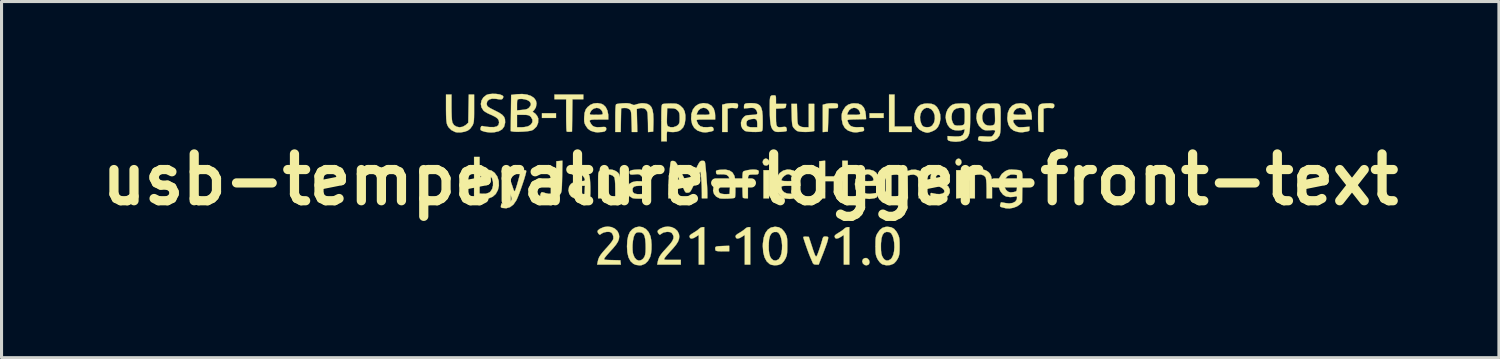
<source format=kicad_pcb>
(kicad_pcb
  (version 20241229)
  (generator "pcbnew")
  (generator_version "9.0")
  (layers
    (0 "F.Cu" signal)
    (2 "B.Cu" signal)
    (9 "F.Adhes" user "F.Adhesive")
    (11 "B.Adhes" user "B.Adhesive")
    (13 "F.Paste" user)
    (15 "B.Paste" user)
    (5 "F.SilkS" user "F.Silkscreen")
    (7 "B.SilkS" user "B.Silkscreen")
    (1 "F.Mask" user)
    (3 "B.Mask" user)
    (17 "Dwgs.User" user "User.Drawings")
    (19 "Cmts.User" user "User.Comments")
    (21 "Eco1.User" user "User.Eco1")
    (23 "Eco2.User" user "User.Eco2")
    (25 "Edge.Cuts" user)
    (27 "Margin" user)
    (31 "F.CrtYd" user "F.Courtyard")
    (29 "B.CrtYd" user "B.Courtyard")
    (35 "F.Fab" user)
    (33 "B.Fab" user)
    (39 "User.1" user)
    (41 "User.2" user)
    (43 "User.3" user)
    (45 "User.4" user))
  (footprint "usb-temperature-logger-front-text"
    (layer "F.Cu")
    (at 21.38 2.797)
    (property "Reference" "usb-temperature-logger-front-text" (at 0 0 0) (layer "F.SilkS") (effects (font (size 1.524 1.524) (thickness 0.3))))
    (attr through_hole)
    (fp_poly (pts (xy -6.325 -2.007) (xy -6.782 -2.007) (xy -6.782 -2.159) (xy -6.325 -2.159) (xy -6.325 -2.007)) (stroke (width 0.01) (type solid)) (fill yes) (layer "F.SilkS"))
    (fp_poly (pts (xy 0.61 0.61) (xy 0.432 0.61) (xy 0.432 -0.305) (xy 0.61 -0.305) (xy 0.61 0.61)) (stroke (width 0.01) (type solid)) (fill yes) (layer "F.SilkS"))
    (fp_poly (pts (xy 4.343 -2.007) (xy 3.886 -2.007) (xy 3.886 -2.159) (xy 4.343 -2.159) (xy 4.343 -2.007)) (stroke (width 0.01) (type solid)) (fill yes) (layer "F.SilkS"))
    (fp_poly (pts (xy 6.871 0.597) (xy 6.706 0.613) (xy 6.706 -0.305) (xy 6.885 -0.305) (xy 6.871 0.597)) (stroke (width 0.01) (type solid)) (fill yes) (layer "F.SilkS"))
    (fp_poly (pts (xy 4.699 -1.727) (xy 5.258 -1.727) (xy 5.258 -1.549) (xy 4.521 -1.549) (xy 4.521 -2.769) (xy 4.699 -2.769) (xy 4.699 -1.727)) (stroke (width 0.01) (type solid)) (fill yes) (layer "F.SilkS"))
    (fp_poly (pts (xy 6.826 -0.67) (xy 6.869 -0.621) (xy 6.879 -0.558) (xy 6.859 -0.5) (xy 6.813 -0.463) (xy 6.782 -0.457) (xy 6.728 -0.476) (xy 6.707 -0.494) (xy 6.683 -0.552) (xy 6.692 -0.612) (xy 6.726 -0.66) (xy 6.775 -0.683) (xy 6.826 -0.67)) (stroke (width 0.01) (type solid)) (fill yes) (layer "F.SilkS"))
    (fp_poly (pts (xy 0.557 -0.668) (xy 0.597 -0.635) (xy 0.625 -0.576) (xy 0.615 -0.519) (xy 0.576 -0.475) (xy 0.522 -0.455) (xy 0.462 -0.468) (xy 0.437 -0.488) (xy 0.407 -0.546) (xy 0.413 -0.61) (xy 0.449 -0.663) (xy 0.506 -0.686) (xy 0.509 -0.686) (xy 0.557 -0.668)) (stroke (width 0.01) (type solid)) (fill yes) (layer "F.SilkS"))
    (fp_poly (pts (xy 2.438 -0.102) (xy 2.997 -0.102) (xy 2.997 -0.61) (xy 3.175 -0.61) (xy 3.175 0.61) (xy 2.997 0.61) (xy 2.997 0.051) (xy 2.438 0.051) (xy 2.438 0.61) (xy 2.234 0.61) (xy 2.248 -0.597) (xy 2.343 -0.605) (xy 2.438 -0.613) (xy 2.438 -0.102)) (stroke (width 0.01) (type solid)) (fill yes) (layer "F.SilkS"))
    (fp_poly (pts (xy 3.831 2.58) (xy 3.871 2.631) (xy 3.885 2.693) (xy 3.865 2.753) (xy 3.856 2.764) (xy 3.796 2.792) (xy 3.727 2.782) (xy 3.672 2.736) (xy 3.67 2.734) (xy 3.645 2.661) (xy 3.669 2.597) (xy 3.713 2.563) (xy 3.775 2.553) (xy 3.831 2.58)) (stroke (width 0.01) (type solid)) (fill yes) (layer "F.SilkS"))
    (fp_poly (pts (xy -0.686 2.337) (xy -0.902 2.337) (xy -1.016 2.335) (xy -1.086 2.327) (xy -1.124 2.313) (xy -1.133 2.3) (xy -1.141 2.244) (xy -1.139 2.218) (xy -1.128 2.195) (xy -1.099 2.18) (xy -1.042 2.171) (xy -0.948 2.166) (xy -0.908 2.164) (xy -0.686 2.157) (xy -0.686 2.337)) (stroke (width 0.01) (type solid)) (fill yes) (layer "F.SilkS"))
    (fp_poly (pts (xy -5.436 -2.616) (xy -5.79 -2.616) (xy -5.804 -1.562) (xy -5.881 -1.555) (xy -5.941 -1.555) (xy -5.976 -1.565) (xy -5.982 -1.595) (xy -5.987 -1.668) (xy -5.99 -1.775) (xy -5.993 -1.91) (xy -5.994 -2.064) (xy -5.994 -2.1) (xy -5.994 -2.616) (xy -6.375 -2.616) (xy -6.375 -2.769) (xy -5.436 -2.769) (xy -5.436 -2.616)) (stroke (width 0.01) (type solid)) (fill yes) (layer "F.SilkS"))
    (fp_poly (pts (xy -1.499 2.769) (xy -1.676 2.769) (xy -1.676 1.8) (xy -1.746 1.849) (xy -1.837 1.902) (xy -1.909 1.922) (xy -1.955 1.907) (xy -1.959 1.901) (xy -1.978 1.857) (xy -1.966 1.818) (xy -1.919 1.776) (xy -1.848 1.733) (xy -1.766 1.682) (xy -1.697 1.632) (xy -1.666 1.603) (xy -1.61 1.563) (xy -1.558 1.549) (xy -1.499 1.549) (xy -1.499 2.769)) (stroke (width 0.01) (type solid)) (fill yes) (layer "F.SilkS"))
    (fp_poly (pts (xy 0 2.769) (xy -0.178 2.769) (xy -0.178 1.8) (xy -0.248 1.849) (xy -0.339 1.902) (xy -0.411 1.922) (xy -0.456 1.907) (xy -0.46 1.901) (xy -0.479 1.857) (xy -0.468 1.818) (xy -0.42 1.776) (xy -0.349 1.733) (xy -0.268 1.682) (xy -0.199 1.632) (xy -0.168 1.603) (xy -0.111 1.563) (xy -0.06 1.549) (xy 0 1.549) (xy 0 2.769)) (stroke (width 0.01) (type solid)) (fill yes) (layer "F.SilkS"))
    (fp_poly (pts (xy 2.712 -2.484) (xy 2.794 -2.478) (xy 2.837 -2.468) (xy 2.854 -2.446) (xy 2.857 -2.404) (xy 2.857 -2.401) (xy 2.855 -2.359) (xy 2.841 -2.336) (xy 2.803 -2.327) (xy 2.729 -2.325) (xy 2.705 -2.325) (xy 2.553 -2.324) (xy 2.527 -1.562) (xy 2.362 -1.546) (xy 2.362 -2.436) (xy 2.465 -2.464) (xy 2.551 -2.479) (xy 2.657 -2.485) (xy 2.712 -2.484)) (stroke (width 0.01) (type solid)) (fill yes) (layer "F.SilkS"))
    (fp_poly (pts (xy 3.226 2.769) (xy 3.048 2.769) (xy 3.048 1.8) (xy 2.978 1.849) (xy 2.887 1.902) (xy 2.815 1.922) (xy 2.77 1.907) (xy 2.766 1.901) (xy 2.747 1.857) (xy 2.758 1.818) (xy 2.806 1.776) (xy 2.877 1.733) (xy 2.958 1.682) (xy 3.027 1.632) (xy 3.058 1.603) (xy 3.115 1.563) (xy 3.166 1.549) (xy 3.226 1.549) (xy 3.226 2.769)) (stroke (width 0.01) (type solid)) (fill yes) (layer "F.SilkS"))
    (fp_poly (pts (xy -0.462 -2.482) (xy -0.415 -2.47) (xy -0.397 -2.433) (xy -0.399 -2.381) (xy -0.412 -2.337) (xy -0.438 -2.321) (xy -0.495 -2.325) (xy -0.51 -2.327) (xy -0.592 -2.334) (xy -0.665 -2.328) (xy -0.672 -2.327) (xy -0.737 -2.31) (xy -0.737 -1.549) (xy -0.914 -1.549) (xy -0.914 -2.436) (xy -0.819 -2.462) (xy -0.739 -2.478) (xy -0.641 -2.486) (xy -0.543 -2.488) (xy -0.462 -2.482)) (stroke (width 0.01) (type solid)) (fill yes) (layer "F.SilkS"))
    (fp_poly (pts (xy 9.858 -2.473) (xy 9.895 -2.446) (xy 9.901 -2.401) (xy 9.897 -2.38) (xy 9.881 -2.339) (xy 9.851 -2.325) (xy 9.79 -2.328) (xy 9.781 -2.33) (xy 9.697 -2.334) (xy 9.624 -2.329) (xy 9.615 -2.327) (xy 9.55 -2.31) (xy 9.55 -1.549) (xy 9.478 -1.549) (xy 9.42 -1.555) (xy 9.39 -1.566) (xy 9.384 -1.596) (xy 9.379 -1.668) (xy 9.375 -1.773) (xy 9.373 -1.902) (xy 9.373 -1.997) (xy 9.373 -2.162) (xy 9.376 -2.283) (xy 9.387 -2.367) (xy 9.41 -2.422) (xy 9.449 -2.454) (xy 9.508 -2.47) (xy 9.591 -2.478) (xy 9.665 -2.482) (xy 9.783 -2.484) (xy 9.858 -2.473)) (stroke (width 0.01) (type solid)) (fill yes) (layer "F.SilkS"))
    (fp_poly (pts (xy 1.52 -2.464) (xy 1.528 -2.131) (xy 1.532 -1.995) (xy 1.537 -1.9) (xy 1.545 -1.837) (xy 1.557 -1.797) (xy 1.575 -1.77) (xy 1.597 -1.75) (xy 1.679 -1.712) (xy 1.781 -1.702) (xy 1.905 -1.702) (xy 1.905 -2.464) (xy 2.083 -2.464) (xy 2.083 -1.581) (xy 2.003 -1.565) (xy 1.91 -1.554) (xy 1.799 -1.55) (xy 1.687 -1.554) (xy 1.591 -1.564) (xy 1.528 -1.581) (xy 1.526 -1.582) (xy 1.468 -1.625) (xy 1.413 -1.684) (xy 1.412 -1.685) (xy 1.39 -1.719) (xy 1.375 -1.761) (xy 1.364 -1.82) (xy 1.357 -1.905) (xy 1.352 -2.026) (xy 1.35 -2.11) (xy 1.341 -2.464) (xy 1.431 -2.464) (xy 1.52 -2.464)) (stroke (width 0.01) (type solid)) (fill yes) (layer "F.SilkS"))
    (fp_poly (pts (xy -6.125 -0.105) (xy -6.129 0.07) (xy -6.133 0.201) (xy -6.138 0.297) (xy -6.145 0.365) (xy -6.155 0.412) (xy -6.168 0.445) (xy -6.186 0.474) (xy -6.187 0.474) (xy -6.28 0.561) (xy -6.404 0.615) (xy -6.546 0.634) (xy -6.696 0.614) (xy -6.714 0.609) (xy -6.798 0.576) (xy -6.836 0.536) (xy -6.834 0.484) (xy -6.827 0.468) (xy -6.807 0.428) (xy -6.786 0.411) (xy -6.748 0.416) (xy -6.678 0.438) (xy -6.668 0.442) (xy -6.562 0.464) (xy -6.463 0.459) (xy -6.389 0.43) (xy -6.37 0.413) (xy -6.356 0.377) (xy -6.345 0.303) (xy -6.336 0.187) (xy -6.329 0.025) (xy -6.325 -0.112) (xy -6.312 -0.597) (xy -6.117 -0.613) (xy -6.125 -0.105)) (stroke (width 0.01) (type solid)) (fill yes) (layer "F.SilkS"))
    (fp_poly (pts (xy 7.6 -0.32) (xy 7.659 -0.303) (xy 7.694 -0.286) (xy 7.761 -0.241) (xy 7.809 -0.187) (xy 7.842 -0.115) (xy 7.862 -0.017) (xy 7.872 0.116) (xy 7.874 0.273) (xy 7.874 0.61) (xy 7.696 0.61) (xy 7.696 0.298) (xy 7.693 0.143) (xy 7.684 0.023) (xy 7.671 -0.055) (xy 7.664 -0.074) (xy 7.608 -0.132) (xy 7.52 -0.163) (xy 7.414 -0.165) (xy 7.398 -0.162) (xy 7.315 -0.147) (xy 7.315 0.61) (xy 7.137 0.61) (xy 7.137 0.168) (xy 7.137 0.003) (xy 7.138 -0.118) (xy 7.146 -0.203) (xy 7.163 -0.258) (xy 7.194 -0.29) (xy 7.242 -0.306) (xy 7.313 -0.314) (xy 7.409 -0.32) (xy 7.416 -0.321) (xy 7.525 -0.326) (xy 7.6 -0.32)) (stroke (width 0.01) (type solid)) (fill yes) (layer "F.SilkS"))
    (fp_poly (pts (xy -4.494 -0.32) (xy -4.426 -0.299) (xy -4.413 -0.293) (xy -4.347 -0.257) (xy -4.299 -0.216) (xy -4.265 -0.162) (xy -4.243 -0.085) (xy -4.23 0.022) (xy -4.223 0.168) (xy -4.22 0.248) (xy -4.212 0.61) (xy -4.394 0.61) (xy -4.395 0.298) (xy -4.398 0.143) (xy -4.406 0.023) (xy -4.419 -0.055) (xy -4.426 -0.074) (xy -4.482 -0.132) (xy -4.57 -0.163) (xy -4.677 -0.165) (xy -4.693 -0.162) (xy -4.775 -0.147) (xy -4.775 0.61) (xy -4.953 0.61) (xy -4.953 0.168) (xy -4.953 0.003) (xy -4.952 -0.118) (xy -4.945 -0.202) (xy -4.929 -0.257) (xy -4.899 -0.289) (xy -4.852 -0.306) (xy -4.784 -0.314) (xy -4.692 -0.321) (xy -4.687 -0.321) (xy -4.575 -0.327) (xy -4.494 -0.32)) (stroke (width 0.01) (type solid)) (fill yes) (layer "F.SilkS"))
    (fp_poly (pts (xy 0.192 -0.319) (xy 0.252 -0.303) (xy 0.275 -0.277) (xy 0.275 -0.234) (xy 0.265 -0.191) (xy 0.239 -0.171) (xy 0.182 -0.164) (xy 0.152 -0.164) (xy 0.065 -0.164) (xy 0.003 -0.161) (xy -0.038 -0.148) (xy -0.062 -0.118) (xy -0.073 -0.063) (xy -0.077 0.025) (xy -0.076 0.152) (xy -0.076 0.229) (xy -0.076 0.61) (xy -0.148 0.61) (xy -0.206 0.604) (xy -0.237 0.593) (xy -0.243 0.563) (xy -0.248 0.491) (xy -0.251 0.386) (xy -0.254 0.257) (xy -0.254 0.16) (xy -0.254 0.006) (xy -0.253 -0.104) (xy -0.249 -0.18) (xy -0.242 -0.227) (xy -0.232 -0.254) (xy -0.216 -0.269) (xy -0.195 -0.278) (xy -0.089 -0.306) (xy 0.033 -0.323) (xy 0.148 -0.324) (xy 0.192 -0.319)) (stroke (width 0.01) (type solid)) (fill yes) (layer "F.SilkS"))
    (fp_poly (pts (xy -8.814 -0.286) (xy -8.703 -0.312) (xy -8.554 -0.325) (xy -8.426 -0.293) (xy -8.324 -0.219) (xy -8.237 -0.099) (xy -8.19 0.045) (xy -8.185 0.201) (xy -8.216 0.338) (xy -8.286 0.467) (xy -8.389 0.56) (xy -8.524 0.615) (xy -8.688 0.631) (xy -8.877 0.607) (xy -8.884 0.605) (xy -8.992 0.581) (xy -8.992 0.179) (xy -8.814 0.179) (xy -8.814 0.454) (xy -8.744 0.463) (xy -8.613 0.463) (xy -8.505 0.426) (xy -8.463 0.395) (xy -8.405 0.307) (xy -8.376 0.195) (xy -8.376 0.075) (xy -8.406 -0.035) (xy -8.457 -0.112) (xy -8.516 -0.15) (xy -8.6 -0.163) (xy -8.623 -0.163) (xy -8.7 -0.158) (xy -8.753 -0.142) (xy -8.787 -0.106) (xy -8.805 -0.043) (xy -8.812 0.056) (xy -8.814 0.179) (xy -8.992 0.179) (xy -8.992 -0.737) (xy -8.814 -0.737) (xy -8.814 -0.286)) (stroke (width 0.01) (type solid)) (fill yes) (layer "F.SilkS"))
    (fp_poly (pts (xy -8.992 -2.769) (xy -8.992 -2.315) (xy -8.992 -2.151) (xy -8.994 -2.029) (xy -8.998 -1.94) (xy -9.005 -1.876) (xy -9.017 -1.827) (xy -9.033 -1.785) (xy -9.05 -1.752) (xy -9.121 -1.655) (xy -9.199 -1.595) (xy -9.301 -1.558) (xy -9.422 -1.537) (xy -9.537 -1.535) (xy -9.607 -1.548) (xy -9.732 -1.611) (xy -9.827 -1.707) (xy -9.865 -1.778) (xy -9.881 -1.83) (xy -9.892 -1.897) (xy -9.9 -1.989) (xy -9.904 -2.113) (xy -9.906 -2.277) (xy -9.906 -2.325) (xy -9.906 -2.769) (xy -9.728 -2.769) (xy -9.728 -2.353) (xy -9.726 -2.197) (xy -9.722 -2.059) (xy -9.714 -1.948) (xy -9.704 -1.874) (xy -9.7 -1.857) (xy -9.647 -1.774) (xy -9.565 -1.722) (xy -9.466 -1.702) (xy -9.363 -1.719) (xy -9.268 -1.773) (xy -9.265 -1.776) (xy -9.182 -1.85) (xy -9.174 -2.309) (xy -9.165 -2.769) (xy -9.078 -2.769) (xy -8.992 -2.769)) (stroke (width 0.01) (type solid)) (fill yes) (layer "F.SilkS"))
    (fp_poly (pts (xy 2.517 1.863) (xy 2.54 1.886) (xy 2.54 1.886) (xy 2.53 1.953) (xy 2.499 2.061) (xy 2.446 2.211) (xy 2.373 2.405) (xy 2.357 2.445) (xy 2.228 2.769) (xy 2.142 2.769) (xy 2.075 2.759) (xy 2.04 2.724) (xy 2.034 2.711) (xy 2.011 2.655) (xy 1.977 2.576) (xy 1.955 2.527) (xy 1.926 2.456) (xy 1.889 2.36) (xy 1.849 2.248) (xy 1.809 2.134) (xy 1.773 2.028) (xy 1.745 1.942) (xy 1.729 1.886) (xy 1.727 1.873) (xy 1.749 1.861) (xy 1.804 1.858) (xy 1.818 1.859) (xy 1.908 1.867) (xy 2.004 2.16) (xy 2.053 2.311) (xy 2.091 2.417) (xy 2.119 2.481) (xy 2.142 2.505) (xy 2.163 2.492) (xy 2.187 2.445) (xy 2.216 2.367) (xy 2.228 2.334) (xy 2.268 2.217) (xy 2.306 2.1) (xy 2.334 2.004) (xy 2.338 1.988) (xy 2.36 1.911) (xy 2.381 1.871) (xy 2.413 1.856) (xy 2.456 1.854) (xy 2.517 1.863)) (stroke (width 0.01) (type solid)) (fill yes) (layer "F.SilkS"))
    (fp_poly (pts (xy 0.812 -2.739) (xy 0.83 -2.719) (xy 0.837 -2.671) (xy 0.838 -2.603) (xy 0.838 -2.464) (xy 1.172 -2.464) (xy 1.164 -2.394) (xy 1.156 -2.356) (xy 1.137 -2.334) (xy 1.093 -2.323) (xy 1.012 -2.317) (xy 0.997 -2.317) (xy 0.838 -2.309) (xy 0.838 -2.034) (xy 0.84 -1.895) (xy 0.848 -1.8) (xy 0.868 -1.741) (xy 0.903 -1.711) (xy 0.959 -1.703) (xy 1.04 -1.71) (xy 1.042 -1.71) (xy 1.117 -1.717) (xy 1.157 -1.711) (xy 1.176 -1.688) (xy 1.184 -1.661) (xy 1.19 -1.607) (xy 1.183 -1.581) (xy 1.15 -1.571) (xy 1.082 -1.561) (xy 0.994 -1.554) (xy 0.897 -1.551) (xy 0.835 -1.557) (xy 0.79 -1.576) (xy 0.753 -1.604) (xy 0.714 -1.651) (xy 0.683 -1.719) (xy 0.661 -1.814) (xy 0.647 -1.941) (xy 0.638 -2.107) (xy 0.635 -2.317) (xy 0.635 -2.34) (xy 0.636 -2.491) (xy 0.639 -2.599) (xy 0.647 -2.671) (xy 0.663 -2.713) (xy 0.69 -2.735) (xy 0.73 -2.742) (xy 0.777 -2.743) (xy 0.812 -2.739)) (stroke (width 0.01) (type solid)) (fill yes) (layer "F.SilkS"))
    (fp_poly (pts (xy 5.904 -2.466) (xy 6.002 -2.43) (xy 6.079 -2.36) (xy 6.14 -2.26) (xy 6.185 -2.127) (xy 6.193 -1.983) (xy 6.169 -1.841) (xy 6.113 -1.717) (xy 6.05 -1.642) (xy 5.987 -1.601) (xy 5.901 -1.561) (xy 5.816 -1.534) (xy 5.766 -1.526) (xy 5.719 -1.534) (xy 5.648 -1.555) (xy 5.626 -1.562) (xy 5.506 -1.63) (xy 5.416 -1.731) (xy 5.359 -1.858) (xy 5.338 -2.001) (xy 5.343 -2.041) (xy 5.528 -2.041) (xy 5.535 -1.926) (xy 5.574 -1.807) (xy 5.578 -1.799) (xy 5.612 -1.746) (xy 5.656 -1.717) (xy 5.726 -1.706) (xy 5.773 -1.704) (xy 5.858 -1.715) (xy 5.923 -1.759) (xy 5.931 -1.768) (xy 5.988 -1.862) (xy 6.012 -1.977) (xy 6.005 -2.097) (xy 5.966 -2.205) (xy 5.9 -2.286) (xy 5.811 -2.332) (xy 5.727 -2.335) (xy 5.652 -2.3) (xy 5.59 -2.235) (xy 5.548 -2.147) (xy 5.528 -2.041) (xy 5.343 -2.041) (xy 5.355 -2.152) (xy 5.397 -2.268) (xy 5.464 -2.372) (xy 5.553 -2.438) (xy 5.671 -2.471) (xy 5.77 -2.477) (xy 5.904 -2.466)) (stroke (width 0.01) (type solid)) (fill yes) (layer "F.SilkS"))
    (fp_poly (pts (xy 6.309 -0.319) (xy 6.397 -0.304) (xy 6.442 -0.28) (xy 6.45 -0.242) (xy 6.436 -0.193) (xy 6.417 -0.17) (xy 6.375 -0.162) (xy 6.297 -0.167) (xy 6.288 -0.168) (xy 6.173 -0.171) (xy 6.092 -0.149) (xy 6.05 -0.106) (xy 6.045 -0.079) (xy 6.066 -0.022) (xy 6.131 0.032) (xy 6.244 0.085) (xy 6.256 0.089) (xy 6.373 0.152) (xy 6.455 0.233) (xy 6.497 0.326) (xy 6.497 0.423) (xy 6.45 0.516) (xy 6.371 0.58) (xy 6.258 0.619) (xy 6.126 0.632) (xy 5.986 0.616) (xy 5.95 0.607) (xy 5.892 0.582) (xy 5.87 0.544) (xy 5.867 0.504) (xy 5.872 0.451) (xy 5.893 0.436) (xy 5.925 0.442) (xy 6.054 0.469) (xy 6.166 0.474) (xy 6.255 0.459) (xy 6.31 0.426) (xy 6.325 0.386) (xy 6.309 0.334) (xy 6.259 0.284) (xy 6.169 0.231) (xy 6.093 0.196) (xy 5.975 0.131) (xy 5.902 0.059) (xy 5.87 -0.027) (xy 5.867 -0.066) (xy 5.89 -0.167) (xy 5.954 -0.246) (xy 6.053 -0.299) (xy 6.182 -0.324) (xy 6.309 -0.319)) (stroke (width 0.01) (type solid)) (fill yes) (layer "F.SilkS"))
    (fp_poly (pts (xy -4.517 1.548) (xy -4.411 1.597) (xy -4.328 1.673) (xy -4.278 1.773) (xy -4.267 1.854) (xy -4.277 1.938) (xy -4.309 2.023) (xy -4.369 2.117) (xy -4.461 2.23) (xy -4.528 2.303) (xy -4.609 2.392) (xy -4.679 2.472) (xy -4.728 2.533) (xy -4.747 2.561) (xy -4.758 2.585) (xy -4.755 2.6) (xy -4.729 2.61) (xy -4.674 2.616) (xy -4.58 2.62) (xy -4.503 2.622) (xy -4.229 2.629) (xy -4.213 2.769) (xy -4.984 2.769) (xy -4.966 2.674) (xy -4.947 2.596) (xy -4.917 2.524) (xy -4.869 2.448) (xy -4.798 2.358) (xy -4.698 2.245) (xy -4.674 2.22) (xy -4.587 2.121) (xy -4.517 2.033) (xy -4.472 1.963) (xy -4.458 1.931) (xy -4.459 1.846) (xy -4.49 1.766) (xy -4.531 1.721) (xy -4.595 1.702) (xy -4.683 1.704) (xy -4.771 1.723) (xy -4.837 1.756) (xy -4.884 1.79) (xy -4.911 1.793) (xy -4.937 1.767) (xy -4.941 1.762) (xy -4.973 1.705) (xy -4.964 1.66) (xy -4.912 1.615) (xy -4.893 1.602) (xy -4.767 1.547) (xy -4.639 1.531) (xy -4.517 1.548)) (stroke (width 0.01) (type solid)) (fill yes) (layer "F.SilkS"))
    (fp_poly (pts (xy -2.562 1.548) (xy -2.455 1.597) (xy -2.372 1.673) (xy -2.322 1.773) (xy -2.311 1.854) (xy -2.321 1.938) (xy -2.353 2.023) (xy -2.413 2.117) (xy -2.505 2.23) (xy -2.572 2.303) (xy -2.653 2.392) (xy -2.723 2.472) (xy -2.773 2.534) (xy -2.792 2.562) (xy -2.803 2.586) (xy -2.801 2.601) (xy -2.777 2.61) (xy -2.724 2.615) (xy -2.633 2.616) (xy -2.541 2.616) (xy -2.261 2.616) (xy -2.261 2.769) (xy -3.028 2.769) (xy -3.011 2.674) (xy -2.991 2.594) (xy -2.959 2.519) (xy -2.909 2.441) (xy -2.834 2.348) (xy -2.729 2.233) (xy -2.718 2.221) (xy -2.61 2.1) (xy -2.539 2.003) (xy -2.503 1.924) (xy -2.497 1.856) (xy -2.517 1.799) (xy -2.555 1.741) (xy -2.602 1.712) (xy -2.677 1.703) (xy -2.708 1.702) (xy -2.823 1.722) (xy -2.881 1.756) (xy -2.928 1.79) (xy -2.956 1.793) (xy -2.981 1.767) (xy -2.985 1.762) (xy -3.017 1.705) (xy -3.008 1.66) (xy -2.957 1.615) (xy -2.937 1.602) (xy -2.811 1.547) (xy -2.683 1.531) (xy -2.562 1.548)) (stroke (width 0.01) (type solid)) (fill yes) (layer "F.SilkS"))
    (fp_poly (pts (xy -3.935 -2.478) (xy -3.87 -2.456) (xy -3.867 -2.455) (xy -3.811 -2.43) (xy -3.765 -2.429) (xy -3.702 -2.45) (xy -3.692 -2.454) (xy -3.557 -2.484) (xy -3.457 -2.483) (xy -3.355 -2.465) (xy -3.277 -2.425) (xy -3.219 -2.36) (xy -3.181 -2.263) (xy -3.159 -2.13) (xy -3.152 -1.956) (xy -3.154 -1.803) (xy -3.162 -1.562) (xy -3.327 -1.546) (xy -3.33 -1.834) (xy -3.333 -1.957) (xy -3.338 -2.069) (xy -3.344 -2.155) (xy -3.35 -2.196) (xy -3.389 -2.276) (xy -3.462 -2.322) (xy -3.559 -2.33) (xy -3.598 -2.323) (xy -3.695 -2.299) (xy -3.678 -1.549) (xy -3.855 -1.549) (xy -3.865 -1.895) (xy -3.87 -2.035) (xy -3.875 -2.132) (xy -3.882 -2.197) (xy -3.894 -2.239) (xy -3.911 -2.267) (xy -3.935 -2.289) (xy -3.936 -2.29) (xy -4.011 -2.327) (xy -4.1 -2.332) (xy -4.204 -2.324) (xy -4.218 -1.549) (xy -4.394 -1.549) (xy -4.394 -1.992) (xy -4.393 -2.172) (xy -4.389 -2.304) (xy -4.382 -2.392) (xy -4.372 -2.442) (xy -4.364 -2.454) (xy -4.325 -2.464) (xy -4.251 -2.475) (xy -4.156 -2.483) (xy -4.14 -2.484) (xy -4.02 -2.487) (xy -3.935 -2.478)) (stroke (width 0.01) (type solid)) (fill yes) (layer "F.SilkS"))
    (fp_poly (pts (xy -3.502 1.552) (xy -3.397 1.613) (xy -3.31 1.71) (xy -3.251 1.839) (xy -3.249 1.844) (xy -3.225 1.971) (xy -3.214 2.12) (xy -3.216 2.274) (xy -3.232 2.415) (xy -3.259 2.52) (xy -3.331 2.651) (xy -3.425 2.742) (xy -3.54 2.788) (xy -3.601 2.794) (xy -3.725 2.777) (xy -3.805 2.743) (xy -3.898 2.658) (xy -3.964 2.534) (xy -4.002 2.369) (xy -4.008 2.259) (xy -3.834 2.259) (xy -3.824 2.376) (xy -3.813 2.427) (xy -3.768 2.537) (xy -3.704 2.609) (xy -3.63 2.639) (xy -3.552 2.624) (xy -3.493 2.581) (xy -3.452 2.527) (xy -3.424 2.457) (xy -3.409 2.362) (xy -3.405 2.233) (xy -3.407 2.099) (xy -3.419 1.946) (xy -3.442 1.837) (xy -3.48 1.766) (xy -3.536 1.727) (xy -3.615 1.715) (xy -3.621 1.714) (xy -3.69 1.721) (xy -3.734 1.75) (xy -3.769 1.802) (xy -3.799 1.881) (xy -3.82 1.995) (xy -3.832 2.126) (xy -3.834 2.259) (xy -4.008 2.259) (xy -4.013 2.181) (xy -4.003 1.981) (xy -3.971 1.823) (xy -3.916 1.702) (xy -3.834 1.613) (xy -3.737 1.557) (xy -3.618 1.532) (xy -3.502 1.552)) (stroke (width 0.01) (type solid)) (fill yes) (layer "F.SilkS"))
    (fp_poly (pts (xy 4.877 -0.321) (xy 4.931 -0.305) (xy 4.965 -0.286) (xy 5.022 -0.256) (xy 5.066 -0.255) (xy 5.114 -0.275) (xy 5.24 -0.316) (xy 5.371 -0.323) (xy 5.487 -0.296) (xy 5.494 -0.293) (xy 5.555 -0.257) (xy 5.601 -0.209) (xy 5.632 -0.143) (xy 5.651 -0.05) (xy 5.661 0.077) (xy 5.664 0.246) (xy 5.664 0.264) (xy 5.664 0.61) (xy 5.486 0.61) (xy 5.486 0.29) (xy 5.484 0.163) (xy 5.479 0.051) (xy 5.47 -0.033) (xy 5.46 -0.078) (xy 5.459 -0.079) (xy 5.401 -0.138) (xy 5.313 -0.164) (xy 5.211 -0.153) (xy 5.118 -0.129) (xy 5.126 0.241) (xy 5.135 0.61) (xy 4.953 0.61) (xy 4.953 0.29) (xy 4.951 0.163) (xy 4.945 0.051) (xy 4.937 -0.033) (xy 4.926 -0.078) (xy 4.926 -0.079) (xy 4.868 -0.137) (xy 4.777 -0.164) (xy 4.688 -0.16) (xy 4.597 -0.146) (xy 4.597 0.61) (xy 4.42 0.61) (xy 4.42 0.168) (xy 4.419 0.003) (xy 4.421 -0.119) (xy 4.428 -0.203) (xy 4.445 -0.258) (xy 4.476 -0.29) (xy 4.524 -0.306) (xy 4.595 -0.314) (xy 4.691 -0.32) (xy 4.698 -0.32) (xy 4.805 -0.325) (xy 4.877 -0.321)) (stroke (width 0.01) (type solid)) (fill yes) (layer "F.SilkS"))
    (fp_poly (pts (xy 0.931 1.553) (xy 1.027 1.606) (xy 1.11 1.701) (xy 1.143 1.755) (xy 1.171 1.809) (xy 1.189 1.861) (xy 1.2 1.924) (xy 1.205 2.01) (xy 1.206 2.132) (xy 1.206 2.159) (xy 1.205 2.292) (xy 1.2 2.387) (xy 1.19 2.458) (xy 1.171 2.517) (xy 1.146 2.574) (xy 1.094 2.658) (xy 1.033 2.726) (xy 1.006 2.746) (xy 0.91 2.782) (xy 0.797 2.792) (xy 0.689 2.776) (xy 0.633 2.752) (xy 0.536 2.663) (xy 0.466 2.533) (xy 0.423 2.366) (xy 0.409 2.168) (xy 0.411 2.118) (xy 0.601 2.118) (xy 0.603 2.284) (xy 0.618 2.41) (xy 0.646 2.506) (xy 0.688 2.576) (xy 0.758 2.63) (xy 0.839 2.638) (xy 0.916 2.601) (xy 0.934 2.584) (xy 0.984 2.505) (xy 1.017 2.399) (xy 1.034 2.274) (xy 1.037 2.141) (xy 1.026 2.011) (xy 1.001 1.892) (xy 0.964 1.795) (xy 0.915 1.729) (xy 0.867 1.706) (xy 0.77 1.708) (xy 0.696 1.748) (xy 0.644 1.829) (xy 0.613 1.951) (xy 0.601 2.118) (xy 0.411 2.118) (xy 0.412 2.082) (xy 0.438 1.893) (xy 0.492 1.742) (xy 0.572 1.631) (xy 0.676 1.562) (xy 0.804 1.537) (xy 0.813 1.537) (xy 0.931 1.553)) (stroke (width 0.01) (type solid)) (fill yes) (layer "F.SilkS"))
    (fp_poly (pts (xy -7.316 -0.302) (xy -7.295 -0.284) (xy -7.3 -0.236) (xy -7.303 -0.222) (xy -7.328 -0.127) (xy -7.366 -0.000205) (xy -7.414 0.145) (xy -7.466 0.297) (xy -7.519 0.442) (xy -7.569 0.568) (xy -7.61 0.662) (xy -7.622 0.685) (xy -7.713 0.815) (xy -7.822 0.898) (xy -7.946 0.934) (xy -8.085 0.922) (xy -8.086 0.922) (xy -8.12 0.897) (xy -8.118 0.855) (xy -8.106 0.804) (xy -8.103 0.783) (xy -8.081 0.775) (xy -8.027 0.778) (xy -8.014 0.78) (xy -7.912 0.775) (xy -7.863 0.753) (xy -7.805 0.709) (xy -7.774 0.663) (xy -7.77 0.606) (xy -7.792 0.527) (xy -7.84 0.415) (xy -7.846 0.403) (xy -7.911 0.255) (xy -7.973 0.099) (xy -8.028 -0.049) (xy -8.07 -0.175) (xy -8.087 -0.237) (xy -8.095 -0.283) (xy -8.08 -0.302) (xy -8.029 -0.301) (xy -8.012 -0.3) (xy -7.921 -0.292) (xy -7.82 0) (xy -7.78 0.117) (xy -7.744 0.22) (xy -7.718 0.297) (xy -7.705 0.337) (xy -7.684 0.374) (xy -7.671 0.381) (xy -7.656 0.357) (xy -7.632 0.29) (xy -7.598 0.184) (xy -7.558 0.045) (xy -7.513 -0.121) (xy -7.494 -0.197) (xy -7.473 -0.264) (xy -7.447 -0.296) (xy -7.401 -0.304) (xy -7.376 -0.305) (xy -7.316 -0.302)) (stroke (width 0.01) (type solid)) (fill yes) (layer "F.SilkS"))
    (fp_poly (pts (xy -1.374 -2.469) (xy -1.265 -2.409) (xy -1.19 -2.312) (xy -1.15 -2.18) (xy -1.143 -2.085) (xy -1.143 -1.956) (xy -1.45 -1.956) (xy -1.578 -1.956) (xy -1.664 -1.954) (xy -1.715 -1.949) (xy -1.739 -1.939) (xy -1.745 -1.923) (xy -1.739 -1.899) (xy -1.739 -1.899) (xy -1.694 -1.8) (xy -1.626 -1.737) (xy -1.528 -1.707) (xy -1.393 -1.705) (xy -1.346 -1.71) (xy -1.267 -1.715) (xy -1.225 -1.706) (xy -1.209 -1.686) (xy -1.193 -1.638) (xy -1.195 -1.605) (xy -1.222 -1.583) (xy -1.281 -1.565) (xy -1.379 -1.547) (xy -1.435 -1.539) (xy -1.494 -1.538) (xy -1.571 -1.547) (xy -1.583 -1.549) (xy -1.72 -1.597) (xy -1.824 -1.683) (xy -1.892 -1.803) (xy -1.924 -1.958) (xy -1.925 -1.976) (xy -1.917 -2.108) (xy -1.75 -2.108) (xy -1.535 -2.108) (xy -1.43 -2.109) (xy -1.366 -2.114) (xy -1.333 -2.125) (xy -1.322 -2.143) (xy -1.321 -2.156) (xy -1.336 -2.208) (xy -1.372 -2.269) (xy -1.373 -2.27) (xy -1.444 -2.324) (xy -1.528 -2.338) (xy -1.611 -2.315) (xy -1.683 -2.258) (xy -1.723 -2.185) (xy -1.75 -2.108) (xy -1.917 -2.108) (xy -1.915 -2.142) (xy -1.868 -2.281) (xy -1.787 -2.388) (xy -1.678 -2.458) (xy -1.542 -2.488) (xy -1.514 -2.489) (xy -1.374 -2.469)) (stroke (width 0.01) (type solid)) (fill yes) (layer "F.SilkS"))
    (fp_poly (pts (xy -0.677 -0.295) (xy -0.58 -0.231) (xy -0.52 -0.131) (xy -0.507 -0.089) (xy -0.498 -0.024) (xy -0.491 0.07) (xy -0.486 0.181) (xy -0.484 0.298) (xy -0.484 0.41) (xy -0.488 0.504) (xy -0.494 0.569) (xy -0.502 0.593) (xy -0.544 0.604) (xy -0.622 0.613) (xy -0.72 0.619) (xy -0.824 0.621) (xy -0.916 0.62) (xy -0.984 0.614) (xy -1 0.61) (xy -1.108 0.554) (xy -1.179 0.469) (xy -1.21 0.367) (xy -1.207 0.347) (xy -1.031 0.347) (xy -1.017 0.395) (xy -1.016 0.409) (xy -0.993 0.44) (xy -0.931 0.464) (xy -0.844 0.475) (xy -0.787 0.475) (xy -0.673 0.47) (xy -0.658 0.203) (xy -0.799 0.203) (xy -0.894 0.209) (xy -0.956 0.228) (xy -0.993 0.256) (xy -1.026 0.306) (xy -1.031 0.347) (xy -1.207 0.347) (xy -1.196 0.256) (xy -1.182 0.222) (xy -1.113 0.132) (xy -1.007 0.076) (xy -0.867 0.053) (xy -0.801 0.055) (xy -0.657 0.064) (xy -0.671 -0.013) (xy -0.704 -0.098) (xy -0.767 -0.151) (xy -0.865 -0.173) (xy -0.951 -0.173) (xy -1.036 -0.17) (xy -1.083 -0.174) (xy -1.104 -0.191) (xy -1.112 -0.226) (xy -1.113 -0.233) (xy -1.114 -0.272) (xy -1.098 -0.294) (xy -1.053 -0.308) (xy -0.98 -0.318) (xy -0.81 -0.324) (xy -0.677 -0.295)) (stroke (width 0.01) (type solid)) (fill yes) (layer "F.SilkS"))
    (fp_poly (pts (xy 1.284 -0.324) (xy 1.411 -0.293) (xy 1.505 -0.231) (xy 1.569 -0.133) (xy 1.608 0.006) (xy 1.616 0.061) (xy 1.633 0.203) (xy 1.324 0.203) (xy 1.195 0.203) (xy 1.108 0.205) (xy 1.055 0.211) (xy 1.028 0.221) (xy 1.018 0.238) (xy 1.016 0.263) (xy 1.016 0.264) (xy 1.039 0.348) (xy 1.102 0.413) (xy 1.196 0.453) (xy 1.315 0.465) (xy 1.401 0.456) (xy 1.484 0.445) (xy 1.529 0.452) (xy 1.547 0.483) (xy 1.549 0.521) (xy 1.539 0.565) (xy 1.498 0.594) (xy 1.454 0.608) (xy 1.29 0.631) (xy 1.126 0.614) (xy 1.104 0.608) (xy 1.038 0.575) (xy 0.967 0.52) (xy 0.949 0.502) (xy 0.86 0.374) (xy 0.818 0.228) (xy 0.822 0.073) (xy 0.842 0.011) (xy 1.016 0.011) (xy 1.024 0.031) (xy 1.055 0.043) (xy 1.119 0.049) (xy 1.219 0.051) (xy 1.32 0.05) (xy 1.381 0.045) (xy 1.411 0.034) (xy 1.422 0.014) (xy 1.422 -0.001) (xy 1.401 -0.065) (xy 1.347 -0.125) (xy 1.279 -0.168) (xy 1.231 -0.178) (xy 1.17 -0.16) (xy 1.104 -0.115) (xy 1.047 -0.057) (xy 1.017 -0.001) (xy 1.016 0.011) (xy 0.842 0.011) (xy 0.873 -0.085) (xy 0.878 -0.095) (xy 0.962 -0.214) (xy 1.073 -0.292) (xy 1.204 -0.326) (xy 1.284 -0.324)) (stroke (width 0.01) (type solid)) (fill yes) (layer "F.SilkS"))
    (fp_poly (pts (xy 3.513 -2.474) (xy 3.622 -2.428) (xy 3.699 -2.342) (xy 3.747 -2.217) (xy 3.764 -2.094) (xy 3.772 -1.968) (xy 3.462 -1.961) (xy 3.332 -1.958) (xy 3.245 -1.953) (xy 3.193 -1.946) (xy 3.168 -1.935) (xy 3.164 -1.92) (xy 3.166 -1.911) (xy 3.209 -1.812) (xy 3.268 -1.747) (xy 3.353 -1.713) (xy 3.473 -1.703) (xy 3.536 -1.706) (xy 3.623 -1.709) (xy 3.671 -1.706) (xy 3.694 -1.69) (xy 3.702 -1.658) (xy 3.704 -1.646) (xy 3.706 -1.614) (xy 3.7 -1.592) (xy 3.674 -1.576) (xy 3.622 -1.563) (xy 3.533 -1.549) (xy 3.467 -1.539) (xy 3.409 -1.538) (xy 3.332 -1.547) (xy 3.319 -1.549) (xy 3.182 -1.597) (xy 3.08 -1.681) (xy 3.012 -1.803) (xy 2.98 -1.96) (xy 2.979 -1.973) (xy 2.976 -2.077) (xy 2.98 -2.108) (xy 3.152 -2.108) (xy 3.367 -2.108) (xy 3.472 -2.109) (xy 3.536 -2.114) (xy 3.569 -2.125) (xy 3.58 -2.143) (xy 3.581 -2.156) (xy 3.566 -2.208) (xy 3.53 -2.269) (xy 3.529 -2.27) (xy 3.458 -2.324) (xy 3.375 -2.338) (xy 3.291 -2.315) (xy 3.22 -2.258) (xy 3.179 -2.185) (xy 3.152 -2.108) (xy 2.98 -2.108) (xy 2.985 -2.153) (xy 3.009 -2.222) (xy 3.027 -2.259) (xy 3.101 -2.371) (xy 3.19 -2.44) (xy 3.306 -2.476) (xy 3.372 -2.483) (xy 3.513 -2.474)) (stroke (width 0.01) (type solid)) (fill yes) (layer "F.SilkS"))
    (fp_poly (pts (xy -5.461 -0.311) (xy -5.371 -0.289) (xy -5.307 -0.245) (xy -5.259 -0.173) (xy -5.242 -0.134) (xy -5.229 -0.082) (xy -5.219 0.004) (xy -5.212 0.112) (xy -5.207 0.23) (xy -5.206 0.349) (xy -5.207 0.455) (xy -5.213 0.538) (xy -5.222 0.586) (xy -5.226 0.593) (xy -5.269 0.604) (xy -5.348 0.613) (xy -5.447 0.619) (xy -5.552 0.621) (xy -5.646 0.619) (xy -5.716 0.612) (xy -5.732 0.608) (xy -5.83 0.554) (xy -5.894 0.466) (xy -5.918 0.351) (xy -5.918 0.345) (xy -5.918 0.344) (xy -5.736 0.344) (xy -5.705 0.417) (xy -5.634 0.462) (xy -5.528 0.478) (xy -5.499 0.477) (xy -5.397 0.47) (xy -5.382 0.203) (xy -5.518 0.203) (xy -5.633 0.212) (xy -5.704 0.242) (xy -5.735 0.295) (xy -5.736 0.344) (xy -5.918 0.344) (xy -5.898 0.227) (xy -5.836 0.139) (xy -5.734 0.081) (xy -5.592 0.053) (xy -5.525 0.051) (xy -5.444 0.049) (xy -5.402 0.039) (xy -5.386 0.018) (xy -5.385 -0.001) (xy -5.402 -0.053) (xy -5.444 -0.112) (xy -5.451 -0.119) (xy -5.493 -0.156) (xy -5.535 -0.173) (xy -5.596 -0.175) (xy -5.664 -0.169) (xy -5.747 -0.162) (xy -5.793 -0.165) (xy -5.815 -0.182) (xy -5.826 -0.21) (xy -5.83 -0.259) (xy -5.807 -0.291) (xy -5.751 -0.309) (xy -5.655 -0.317) (xy -5.589 -0.318) (xy -5.461 -0.311)) (stroke (width 0.01) (type solid)) (fill yes) (layer "F.SilkS"))
    (fp_poly (pts (xy 3.875 -0.324) (xy 4.002 -0.293) (xy 4.095 -0.231) (xy 4.16 -0.133) (xy 4.199 0.006) (xy 4.207 0.061) (xy 4.223 0.203) (xy 3.915 0.203) (xy 3.786 0.203) (xy 3.699 0.205) (xy 3.646 0.211) (xy 3.619 0.221) (xy 3.608 0.238) (xy 3.607 0.263) (xy 3.607 0.263) (xy 3.629 0.335) (xy 3.683 0.402) (xy 3.755 0.449) (xy 3.802 0.461) (xy 3.872 0.464) (xy 3.922 0.463) (xy 3.98 0.456) (xy 4.032 0.448) (xy 4.1 0.439) (xy 4.131 0.447) (xy 4.14 0.477) (xy 4.14 0.507) (xy 4.133 0.558) (xy 4.103 0.588) (xy 4.045 0.608) (xy 3.875 0.631) (xy 3.707 0.611) (xy 3.692 0.607) (xy 3.604 0.56) (xy 3.521 0.477) (xy 3.455 0.373) (xy 3.427 0.299) (xy 3.408 0.147) (xy 3.427 0.011) (xy 3.607 0.011) (xy 3.615 0.031) (xy 3.646 0.043) (xy 3.709 0.049) (xy 3.81 0.051) (xy 3.911 0.05) (xy 3.971 0.046) (xy 4.001 0.035) (xy 4.012 0.014) (xy 4.013 -0.011) (xy 3.991 -0.075) (xy 3.935 -0.133) (xy 3.862 -0.171) (xy 3.817 -0.178) (xy 3.76 -0.16) (xy 3.695 -0.114) (xy 3.639 -0.057) (xy 3.609 -0.002) (xy 3.607 0.011) (xy 3.427 0.011) (xy 3.427 0.005) (xy 3.482 -0.12) (xy 3.565 -0.222) (xy 3.672 -0.293) (xy 3.798 -0.325) (xy 3.875 -0.324)) (stroke (width 0.01) (type solid)) (fill yes) (layer "F.SilkS"))
    (fp_poly (pts (xy -3.551 -0.321) (xy -3.498 -0.302) (xy -3.454 -0.275) (xy -3.383 -0.208) (xy -3.336 -0.129) (xy -3.335 -0.126) (xy -3.324 -0.071) (xy -3.315 0.016) (xy -3.309 0.125) (xy -3.305 0.243) (xy -3.303 0.36) (xy -3.305 0.464) (xy -3.31 0.544) (xy -3.318 0.588) (xy -3.321 0.593) (xy -3.369 0.607) (xy -3.452 0.616) (xy -3.554 0.621) (xy -3.661 0.621) (xy -3.755 0.616) (xy -3.823 0.606) (xy -3.833 0.603) (xy -3.935 0.541) (xy -3.998 0.448) (xy -4.019 0.34) (xy -3.835 0.34) (xy -3.819 0.412) (xy -3.768 0.457) (xy -3.677 0.475) (xy -3.607 0.475) (xy -3.493 0.47) (xy -3.477 0.203) (xy -3.607 0.203) (xy -3.72 0.21) (xy -3.791 0.235) (xy -3.827 0.28) (xy -3.835 0.34) (xy -4.019 0.34) (xy -4.02 0.331) (xy -3.998 0.222) (xy -3.934 0.138) (xy -3.834 0.081) (xy -3.701 0.054) (xy -3.606 0.055) (xy -3.531 0.058) (xy -3.494 0.051) (xy -3.481 0.028) (xy -3.48 0.005) (xy -3.497 -0.052) (xy -3.54 -0.113) (xy -3.546 -0.119) (xy -3.588 -0.156) (xy -3.63 -0.173) (xy -3.69 -0.175) (xy -3.76 -0.169) (xy -3.844 -0.162) (xy -3.891 -0.165) (xy -3.915 -0.182) (xy -3.925 -0.206) (xy -3.931 -0.255) (xy -3.906 -0.287) (xy -3.844 -0.309) (xy -3.74 -0.322) (xy -3.717 -0.323) (xy -3.618 -0.328) (xy -3.551 -0.321)) (stroke (width 0.01) (type solid)) (fill yes) (layer "F.SilkS"))
    (fp_poly (pts (xy -2.48 -2.475) (xy -2.406 -2.469) (xy -2.353 -2.453) (xy -2.306 -2.426) (xy -2.275 -2.403) (xy -2.188 -2.319) (xy -2.136 -2.219) (xy -2.112 -2.092) (xy -2.112 -1.97) (xy -2.134 -1.816) (xy -2.184 -1.7) (xy -2.267 -1.615) (xy -2.316 -1.585) (xy -2.404 -1.557) (xy -2.515 -1.546) (xy -2.622 -1.552) (xy -2.666 -1.562) (xy -2.694 -1.567) (xy -2.709 -1.553) (xy -2.716 -1.511) (xy -2.718 -1.43) (xy -2.718 -1.411) (xy -2.718 -1.245) (xy -2.896 -1.245) (xy -2.896 -1.842) (xy -2.895 -1.919) (xy -2.715 -1.919) (xy -2.713 -1.835) (xy -2.706 -1.782) (xy -2.692 -1.75) (xy -2.676 -1.734) (xy -2.597 -1.704) (xy -2.501 -1.706) (xy -2.409 -1.737) (xy -2.37 -1.763) (xy -2.332 -1.8) (xy -2.311 -1.839) (xy -2.301 -1.896) (xy -2.299 -1.986) (xy -2.299 -2.004) (xy -2.301 -2.102) (xy -2.31 -2.165) (xy -2.33 -2.209) (xy -2.367 -2.252) (xy -2.368 -2.253) (xy -2.421 -2.296) (xy -2.481 -2.317) (xy -2.569 -2.323) (xy -2.571 -2.323) (xy -2.705 -2.324) (xy -2.712 -2.045) (xy -2.715 -1.919) (xy -2.895 -1.919) (xy -2.895 -2.033) (xy -2.894 -2.178) (xy -2.892 -2.286) (xy -2.888 -2.361) (xy -2.881 -2.409) (xy -2.872 -2.438) (xy -2.86 -2.453) (xy -2.851 -2.458) (xy -2.806 -2.467) (xy -2.725 -2.473) (xy -2.624 -2.476) (xy -2.589 -2.477) (xy -2.48 -2.475)) (stroke (width 0.01) (type solid)) (fill yes) (layer "F.SilkS"))
    (fp_poly (pts (xy 0.152 -2.482) (xy 0.245 -2.458) (xy 0.314 -2.411) (xy 0.36 -2.335) (xy 0.389 -2.225) (xy 0.403 -2.076) (xy 0.406 -1.909) (xy 0.406 -1.774) (xy 0.404 -1.682) (xy 0.399 -1.624) (xy 0.389 -1.591) (xy 0.373 -1.574) (xy 0.35 -1.566) (xy 0.349 -1.565) (xy 0.276 -1.554) (xy 0.176 -1.55) (xy 0.065 -1.552) (xy -0.042 -1.559) (xy -0.128 -1.571) (xy -0.175 -1.585) (xy -0.253 -1.655) (xy -0.296 -1.749) (xy -0.301 -1.831) (xy -0.127 -1.831) (xy -0.116 -1.765) (xy -0.079 -1.725) (xy -0.006 -1.706) (xy 0.081 -1.702) (xy 0.229 -1.702) (xy 0.229 -1.827) (xy 0.22 -1.914) (xy 0.189 -1.963) (xy 0.128 -1.979) (xy 0.03 -1.969) (xy -0.061 -1.943) (xy -0.11 -1.904) (xy -0.127 -1.844) (xy -0.127 -1.831) (xy -0.301 -1.831) (xy -0.302 -1.855) (xy -0.269 -1.958) (xy -0.231 -2.012) (xy -0.19 -2.054) (xy -0.149 -2.08) (xy -0.093 -2.094) (xy -0.008 -2.102) (xy 0.035 -2.104) (xy 0.133 -2.11) (xy 0.191 -2.118) (xy 0.219 -2.132) (xy 0.228 -2.156) (xy 0.229 -2.174) (xy 0.211 -2.237) (xy 0.175 -2.289) (xy 0.138 -2.319) (xy 0.094 -2.333) (xy 0.027 -2.335) (xy -0.041 -2.33) (xy -0.203 -2.317) (xy -0.203 -2.388) (xy -0.196 -2.436) (xy -0.169 -2.467) (xy -0.114 -2.483) (xy -0.02 -2.489) (xy 0.029 -2.489) (xy 0.152 -2.482)) (stroke (width 0.01) (type solid)) (fill yes) (layer "F.SilkS"))
    (fp_poly (pts (xy -8.275 -2.789) (xy -8.168 -2.774) (xy -8.115 -2.757) (xy -8.058 -2.729) (xy -8.04 -2.7) (xy -8.049 -2.662) (xy -8.065 -2.631) (xy -8.089 -2.614) (xy -8.132 -2.61) (xy -8.207 -2.618) (xy -8.286 -2.63) (xy -8.408 -2.634) (xy -8.502 -2.607) (xy -8.562 -2.552) (xy -8.583 -2.475) (xy -8.572 -2.413) (xy -8.542 -2.374) (xy -8.469 -2.325) (xy -8.352 -2.265) (xy -8.317 -2.248) (xy -8.176 -2.176) (xy -8.078 -2.11) (xy -8.017 -2.042) (xy -7.987 -1.965) (xy -7.982 -1.871) (xy -7.983 -1.848) (xy -8.013 -1.727) (xy -8.079 -1.637) (xy -8.184 -1.575) (xy -8.33 -1.541) (xy -8.375 -1.537) (xy -8.495 -1.536) (xy -8.612 -1.551) (xy -8.643 -1.558) (xy -8.727 -1.584) (xy -8.772 -1.607) (xy -8.786 -1.636) (xy -8.78 -1.681) (xy -8.778 -1.691) (xy -8.758 -1.738) (xy -8.724 -1.745) (xy -8.705 -1.74) (xy -8.651 -1.729) (xy -8.566 -1.717) (xy -8.477 -1.709) (xy -8.344 -1.708) (xy -8.252 -1.73) (xy -8.199 -1.776) (xy -8.179 -1.85) (xy -8.179 -1.863) (xy -8.19 -1.93) (xy -8.229 -1.988) (xy -8.301 -2.041) (xy -8.414 -2.098) (xy -8.462 -2.118) (xy -8.555 -2.161) (xy -8.635 -2.208) (xy -8.685 -2.245) (xy -8.751 -2.349) (xy -8.772 -2.461) (xy -8.751 -2.573) (xy -8.69 -2.674) (xy -8.59 -2.754) (xy -8.58 -2.759) (xy -8.501 -2.782) (xy -8.393 -2.792) (xy -8.275 -2.789)) (stroke (width 0.01) (type solid)) (fill yes) (layer "F.SilkS"))
    (fp_poly (pts (xy 4.588 1.553) (xy 4.683 1.604) (xy 4.762 1.698) (xy 4.801 1.767) (xy 4.829 1.829) (xy 4.848 1.889) (xy 4.858 1.96) (xy 4.863 2.056) (xy 4.864 2.172) (xy 4.863 2.303) (xy 4.857 2.397) (xy 4.845 2.467) (xy 4.825 2.528) (xy 4.805 2.571) (xy 4.75 2.658) (xy 4.684 2.727) (xy 4.662 2.742) (xy 4.552 2.784) (xy 4.428 2.791) (xy 4.311 2.763) (xy 4.277 2.746) (xy 4.217 2.692) (xy 4.159 2.613) (xy 4.137 2.574) (xy 4.11 2.513) (xy 4.093 2.454) (xy 4.082 2.382) (xy 4.078 2.284) (xy 4.077 2.172) (xy 4.255 2.172) (xy 4.258 2.311) (xy 4.269 2.412) (xy 4.292 2.489) (xy 4.329 2.554) (xy 4.364 2.598) (xy 4.427 2.636) (xy 4.501 2.633) (xy 4.574 2.592) (xy 4.613 2.546) (xy 4.657 2.452) (xy 4.684 2.334) (xy 4.694 2.203) (xy 4.689 2.069) (xy 4.67 1.943) (xy 4.638 1.835) (xy 4.593 1.755) (xy 4.537 1.713) (xy 4.533 1.712) (xy 4.437 1.703) (xy 4.362 1.732) (xy 4.308 1.802) (xy 4.274 1.913) (xy 4.257 2.07) (xy 4.255 2.172) (xy 4.077 2.172) (xy 4.077 2.159) (xy 4.078 2.029) (xy 4.082 1.937) (xy 4.092 1.871) (xy 4.108 1.818) (xy 4.134 1.765) (xy 4.14 1.755) (xy 4.221 1.64) (xy 4.31 1.57) (xy 4.418 1.539) (xy 4.47 1.537) (xy 4.588 1.553)) (stroke (width 0.01) (type solid)) (fill yes) (layer "F.SilkS"))
    (fp_poly (pts (xy -4.852 -2.468) (xy -4.787 -2.438) (xy -4.707 -2.361) (xy -4.651 -2.248) (xy -4.624 -2.112) (xy -4.623 -2.07) (xy -4.623 -1.956) (xy -4.928 -1.956) (xy -5.064 -1.955) (xy -5.156 -1.95) (xy -5.209 -1.938) (xy -5.229 -1.916) (xy -5.221 -1.879) (xy -5.191 -1.825) (xy -5.182 -1.81) (xy -5.133 -1.75) (xy -5.067 -1.716) (xy -4.974 -1.703) (xy -4.851 -1.709) (xy -4.768 -1.714) (xy -4.721 -1.71) (xy -4.699 -1.693) (xy -4.689 -1.667) (xy -4.695 -1.608) (xy -4.742 -1.567) (xy -4.822 -1.549) (xy -4.829 -1.549) (xy -4.893 -1.546) (xy -4.932 -1.54) (xy -4.977 -1.538) (xy -5.048 -1.546) (xy -5.072 -1.551) (xy -5.195 -1.589) (xy -5.286 -1.654) (xy -5.357 -1.754) (xy -5.389 -1.819) (xy -5.405 -1.883) (xy -5.409 -1.966) (xy -5.406 -2.045) (xy -5.396 -2.138) (xy -5.225 -2.138) (xy -5.217 -2.121) (xy -5.185 -2.112) (xy -5.121 -2.109) (xy -5.018 -2.108) (xy -4.912 -2.109) (xy -4.848 -2.114) (xy -4.814 -2.124) (xy -4.802 -2.142) (xy -4.801 -2.156) (xy -4.816 -2.208) (xy -4.852 -2.269) (xy -4.853 -2.27) (xy -4.922 -2.322) (xy -5.005 -2.335) (xy -5.091 -2.313) (xy -5.165 -2.26) (xy -5.215 -2.179) (xy -5.219 -2.165) (xy -5.225 -2.138) (xy -5.396 -2.138) (xy -5.391 -2.181) (xy -5.357 -2.281) (xy -5.296 -2.361) (xy -5.207 -2.432) (xy -5.1 -2.478) (xy -4.974 -2.49) (xy -4.852 -2.468)) (stroke (width 0.01) (type solid)) (fill yes) (layer "F.SilkS"))
    (fp_poly (pts (xy 8.82 -2.483) (xy 8.917 -2.471) (xy 8.983 -2.447) (xy 9.04 -2.403) (xy 9.104 -2.313) (xy 9.149 -2.193) (xy 9.169 -2.058) (xy 9.169 -2.033) (xy 9.169 -1.956) (xy 8.865 -1.956) (xy 8.736 -1.955) (xy 8.65 -1.953) (xy 8.598 -1.947) (xy 8.571 -1.937) (xy 8.561 -1.92) (xy 8.56 -1.903) (xy 8.577 -1.853) (xy 8.62 -1.791) (xy 8.637 -1.773) (xy 8.68 -1.733) (xy 8.718 -1.711) (xy 8.767 -1.703) (xy 8.842 -1.704) (xy 8.904 -1.707) (xy 9.093 -1.72) (xy 9.093 -1.648) (xy 9.093 -1.615) (xy 9.084 -1.592) (xy 9.059 -1.577) (xy 9.006 -1.564) (xy 8.917 -1.549) (xy 8.865 -1.541) (xy 8.817 -1.54) (xy 8.743 -1.547) (xy 8.718 -1.55) (xy 8.582 -1.592) (xy 8.478 -1.672) (xy 8.408 -1.788) (xy 8.374 -1.938) (xy 8.371 -2.005) (xy 8.388 -2.168) (xy 8.567 -2.168) (xy 8.567 -2.136) (xy 8.597 -2.118) (xy 8.665 -2.11) (xy 8.776 -2.108) (xy 8.778 -2.108) (xy 8.884 -2.109) (xy 8.948 -2.114) (xy 8.978 -2.124) (xy 8.984 -2.14) (xy 8.982 -2.148) (xy 8.968 -2.197) (xy 8.966 -2.212) (xy 8.944 -2.259) (xy 8.89 -2.303) (xy 8.82 -2.331) (xy 8.782 -2.336) (xy 8.684 -2.317) (xy 8.613 -2.256) (xy 8.589 -2.218) (xy 8.567 -2.168) (xy 8.388 -2.168) (xy 8.388 -2.172) (xy 8.441 -2.306) (xy 8.527 -2.405) (xy 8.644 -2.465) (xy 8.789 -2.484) (xy 8.82 -2.483)) (stroke (width 0.01) (type solid)) (fill yes) (layer "F.SilkS"))
    (fp_poly (pts (xy -7.269 -2.767) (xy -7.138 -2.722) (xy -7.039 -2.655) (xy -6.978 -2.568) (xy -6.96 -2.477) (xy -6.98 -2.354) (xy -7.04 -2.258) (xy -7.059 -2.24) (xy -7.085 -2.212) (xy -7.069 -2.195) (xy -7.063 -2.192) (xy -6.999 -2.146) (xy -6.941 -2.075) (xy -6.906 -2) (xy -6.903 -1.985) (xy -6.908 -1.845) (xy -6.958 -1.727) (xy -7.052 -1.635) (xy -7.099 -1.606) (xy -7.157 -1.589) (xy -7.251 -1.574) (xy -7.367 -1.563) (xy -7.491 -1.557) (xy -7.607 -1.555) (xy -7.702 -1.56) (xy -7.741 -1.566) (xy -7.799 -1.578) (xy -7.793 -2.108) (xy -7.595 -2.108) (xy -7.595 -1.702) (xy -7.454 -1.702) (xy -7.356 -1.709) (xy -7.265 -1.726) (xy -7.228 -1.738) (xy -7.14 -1.795) (xy -7.094 -1.869) (xy -7.093 -1.952) (xy -7.138 -2.034) (xy -7.149 -2.046) (xy -7.187 -2.078) (xy -7.231 -2.097) (xy -7.295 -2.106) (xy -7.394 -2.108) (xy -7.403 -2.108) (xy -7.595 -2.108) (xy -7.793 -2.108) (xy -7.792 -2.167) (xy -7.789 -2.432) (xy -7.595 -2.432) (xy -7.595 -2.253) (xy -7.423 -2.269) (xy -7.323 -2.281) (xy -7.259 -2.3) (xy -7.214 -2.33) (xy -7.195 -2.35) (xy -7.148 -2.417) (xy -7.143 -2.473) (xy -7.18 -2.536) (xy -7.183 -2.541) (xy -7.242 -2.581) (xy -7.332 -2.612) (xy -7.434 -2.627) (xy -7.53 -2.623) (xy -7.533 -2.622) (xy -7.565 -2.613) (xy -7.584 -2.592) (xy -7.592 -2.547) (xy -7.595 -2.468) (xy -7.595 -2.432) (xy -7.789 -2.432) (xy -7.785 -2.756) (xy -7.606 -2.778) (xy -7.427 -2.786) (xy -7.269 -2.767)) (stroke (width 0.01) (type solid)) (fill yes) (layer "F.SilkS"))
    (fp_poly (pts (xy 8.601 -0.32) (xy 8.69 -0.314) (xy 8.757 -0.307) (xy 8.804 -0.293) (xy 8.836 -0.265) (xy 8.854 -0.217) (xy 8.863 -0.142) (xy 8.864 -0.033) (xy 8.862 0.116) (xy 8.86 0.231) (xy 8.852 0.736) (xy 8.773 0.814) (xy 8.684 0.875) (xy 8.566 0.919) (xy 8.439 0.941) (xy 8.324 0.935) (xy 8.293 0.927) (xy 8.251 0.916) (xy 8.195 0.903) (xy 8.145 0.885) (xy 8.134 0.853) (xy 8.14 0.818) (xy 8.155 0.766) (xy 8.165 0.742) (xy 8.191 0.743) (xy 8.252 0.753) (xy 8.296 0.763) (xy 8.429 0.778) (xy 8.542 0.763) (xy 8.627 0.72) (xy 8.677 0.653) (xy 8.687 0.595) (xy 8.681 0.549) (xy 8.654 0.543) (xy 8.63 0.551) (xy 8.57 0.563) (xy 8.486 0.569) (xy 8.45 0.569) (xy 8.329 0.55) (xy 8.234 0.493) (xy 8.156 0.395) (xy 8.134 0.355) (xy 8.086 0.212) (xy 8.084 0.146) (xy 8.264 0.146) (xy 8.29 0.268) (xy 8.332 0.339) (xy 8.395 0.396) (xy 8.473 0.418) (xy 8.576 0.408) (xy 8.63 0.394) (xy 8.655 0.384) (xy 8.672 0.365) (xy 8.681 0.326) (xy 8.686 0.26) (xy 8.687 0.155) (xy 8.687 0.115) (xy 8.687 -0.147) (xy 8.596 -0.164) (xy 8.482 -0.163) (xy 8.382 -0.119) (xy 8.309 -0.039) (xy 8.285 0.013) (xy 8.264 0.146) (xy 8.084 0.146) (xy 8.081 0.068) (xy 8.118 -0.067) (xy 8.193 -0.184) (xy 8.303 -0.272) (xy 8.307 -0.274) (xy 8.375 -0.307) (xy 8.438 -0.323) (xy 8.514 -0.326) (xy 8.601 -0.32)) (stroke (width 0.01) (type solid)) (fill yes) (layer "F.SilkS"))
    (fp_poly (pts (xy 7.047 -2.473) (xy 7.102 -2.459) (xy 7.137 -2.427) (xy 7.155 -2.37) (xy 7.162 -2.281) (xy 7.162 -2.153) (xy 7.162 -2.039) (xy 7.16 -1.844) (xy 7.154 -1.692) (xy 7.143 -1.576) (xy 7.127 -1.489) (xy 7.103 -1.424) (xy 7.071 -1.372) (xy 7.047 -1.345) (xy 6.959 -1.285) (xy 6.838 -1.246) (xy 6.698 -1.232) (xy 6.617 -1.237) (xy 6.519 -1.251) (xy 6.462 -1.267) (xy 6.434 -1.292) (xy 6.426 -1.332) (xy 6.426 -1.344) (xy 6.426 -1.417) (xy 6.636 -1.404) (xy 6.769 -1.402) (xy 6.861 -1.417) (xy 6.921 -1.453) (xy 6.958 -1.516) (xy 6.973 -1.571) (xy 6.982 -1.626) (xy 6.973 -1.642) (xy 6.94 -1.629) (xy 6.938 -1.628) (xy 6.87 -1.608) (xy 6.775 -1.601) (xy 6.675 -1.606) (xy 6.595 -1.624) (xy 6.499 -1.686) (xy 6.427 -1.782) (xy 6.381 -1.902) (xy 6.364 -2.032) (xy 6.553 -2.032) (xy 6.565 -1.938) (xy 6.594 -1.851) (xy 6.634 -1.788) (xy 6.661 -1.77) (xy 6.726 -1.757) (xy 6.812 -1.756) (xy 6.894 -1.765) (xy 6.936 -1.779) (xy 6.959 -1.796) (xy 6.973 -1.827) (xy 6.981 -1.88) (xy 6.984 -1.965) (xy 6.985 -2.056) (xy 6.984 -2.178) (xy 6.977 -2.259) (xy 6.959 -2.306) (xy 6.926 -2.329) (xy 6.873 -2.336) (xy 6.832 -2.337) (xy 6.713 -2.317) (xy 6.625 -2.257) (xy 6.571 -2.161) (xy 6.553 -2.032) (xy 6.364 -2.032) (xy 6.364 -2.032) (xy 6.378 -2.162) (xy 6.427 -2.281) (xy 6.445 -2.308) (xy 6.512 -2.386) (xy 6.581 -2.436) (xy 6.665 -2.464) (xy 6.78 -2.475) (xy 6.854 -2.477) (xy 6.966 -2.477) (xy 7.047 -2.473)) (stroke (width 0.01) (type solid)) (fill yes) (layer "F.SilkS"))
    (fp_poly (pts (xy 8.03 -2.475) (xy 8.085 -2.463) (xy 8.121 -2.434) (xy 8.141 -2.383) (xy 8.151 -2.303) (xy 8.154 -2.187) (xy 8.153 -2.029) (xy 8.153 -1.976) (xy 8.153 -1.804) (xy 8.15 -1.675) (xy 8.145 -1.581) (xy 8.137 -1.513) (xy 8.125 -1.463) (xy 8.109 -1.423) (xy 8.109 -1.423) (xy 8.034 -1.33) (xy 7.923 -1.267) (xy 7.78 -1.236) (xy 7.61 -1.24) (xy 7.56 -1.247) (xy 7.476 -1.262) (xy 7.432 -1.279) (xy 7.418 -1.305) (xy 7.425 -1.349) (xy 7.426 -1.355) (xy 7.436 -1.385) (xy 7.454 -1.402) (xy 7.491 -1.41) (xy 7.557 -1.409) (xy 7.653 -1.404) (xy 7.757 -1.398) (xy 7.824 -1.398) (xy 7.865 -1.408) (xy 7.894 -1.429) (xy 7.92 -1.461) (xy 7.958 -1.521) (xy 7.975 -1.572) (xy 7.976 -1.575) (xy 7.97 -1.598) (xy 7.945 -1.61) (xy 7.89 -1.612) (xy 7.804 -1.607) (xy 7.706 -1.603) (xy 7.64 -1.609) (xy 7.587 -1.629) (xy 7.546 -1.655) (xy 7.45 -1.75) (xy 7.39 -1.87) (xy 7.37 -1.98) (xy 7.554 -1.98) (xy 7.582 -1.878) (xy 7.641 -1.8) (xy 7.653 -1.791) (xy 7.726 -1.762) (xy 7.817 -1.754) (xy 7.901 -1.768) (xy 7.934 -1.785) (xy 7.954 -1.807) (xy 7.966 -1.843) (xy 7.972 -1.904) (xy 7.972 -2) (xy 7.97 -2.07) (xy 7.963 -2.324) (xy 7.846 -2.332) (xy 7.76 -2.33) (xy 7.696 -2.307) (xy 7.651 -2.274) (xy 7.588 -2.193) (xy 7.556 -2.09) (xy 7.554 -1.98) (xy 7.37 -1.98) (xy 7.365 -2.004) (xy 7.376 -2.14) (xy 7.422 -2.269) (xy 7.503 -2.378) (xy 7.55 -2.417) (xy 7.599 -2.447) (xy 7.653 -2.465) (xy 7.726 -2.474) (xy 7.833 -2.476) (xy 7.849 -2.477) (xy 7.953 -2.477) (xy 8.03 -2.475)) (stroke (width 0.01) (type solid)) (fill yes) (layer "F.SilkS"))
    (fp_poly (pts (xy -1.511 -0.607) (xy -1.485 -0.591) (xy -1.471 -0.548) (xy -1.462 -0.476) (xy -1.446 -0.321) (xy -1.431 -0.15) (xy -1.418 0.026) (xy -1.407 0.191) (xy -1.4 0.333) (xy -1.397 0.438) (xy -1.397 0.438) (xy -1.397 0.61) (xy -1.575 0.61) (xy -1.575 0.448) (xy -1.577 0.329) (xy -1.581 0.199) (xy -1.588 0.07) (xy -1.597 -0.05) (xy -1.606 -0.151) (xy -1.616 -0.221) (xy -1.625 -0.253) (xy -1.626 -0.254) (xy -1.643 -0.232) (xy -1.675 -0.172) (xy -1.72 -0.082) (xy -1.774 0.03) (xy -1.798 0.083) (xy -1.858 0.214) (xy -1.903 0.306) (xy -1.936 0.366) (xy -1.964 0.401) (xy -1.991 0.419) (xy -2.021 0.426) (xy -2.03 0.427) (xy -2.077 0.428) (xy -2.109 0.411) (xy -2.138 0.367) (xy -2.169 0.3) (xy -2.208 0.215) (xy -2.26 0.104) (xy -2.316 -0.015) (xy -2.339 -0.064) (xy -2.448 -0.292) (xy -2.466 -0.064) (xy -2.475 0.077) (xy -2.482 0.234) (xy -2.486 0.376) (xy -2.487 0.387) (xy -2.489 0.61) (xy -2.667 0.61) (xy -2.667 0.413) (xy -2.664 0.295) (xy -2.657 0.143) (xy -2.646 -0.028) (xy -2.632 -0.201) (xy -2.618 -0.361) (xy -2.603 -0.491) (xy -2.602 -0.503) (xy -2.59 -0.571) (xy -2.572 -0.601) (xy -2.534 -0.607) (xy -2.506 -0.605) (xy -2.476 -0.6) (xy -2.449 -0.587) (xy -2.422 -0.559) (xy -2.39 -0.511) (xy -2.348 -0.435) (xy -2.292 -0.325) (xy -2.235 -0.21) (xy -2.172 -0.083) (xy -2.116 0.027) (xy -2.071 0.111) (xy -2.042 0.163) (xy -2.032 0.177) (xy -2.017 0.155) (xy -1.985 0.095) (xy -1.939 0.003) (xy -1.882 -0.112) (xy -1.831 -0.216) (xy -1.763 -0.359) (xy -1.711 -0.462) (xy -1.673 -0.532) (xy -1.644 -0.576) (xy -1.619 -0.599) (xy -1.593 -0.608) (xy -1.563 -0.61) (xy -1.56 -0.61) (xy -1.511 -0.607)) (stroke (width 0.01) (type solid)) (fill yes) (layer "F.SilkS")))
  (gr_rect
    (start -3 -3)
    (end 45.759 8.596)
    (stroke (width 0.1) (type default))
    (fill no)
    (layer "Edge.Cuts")))
</source>
